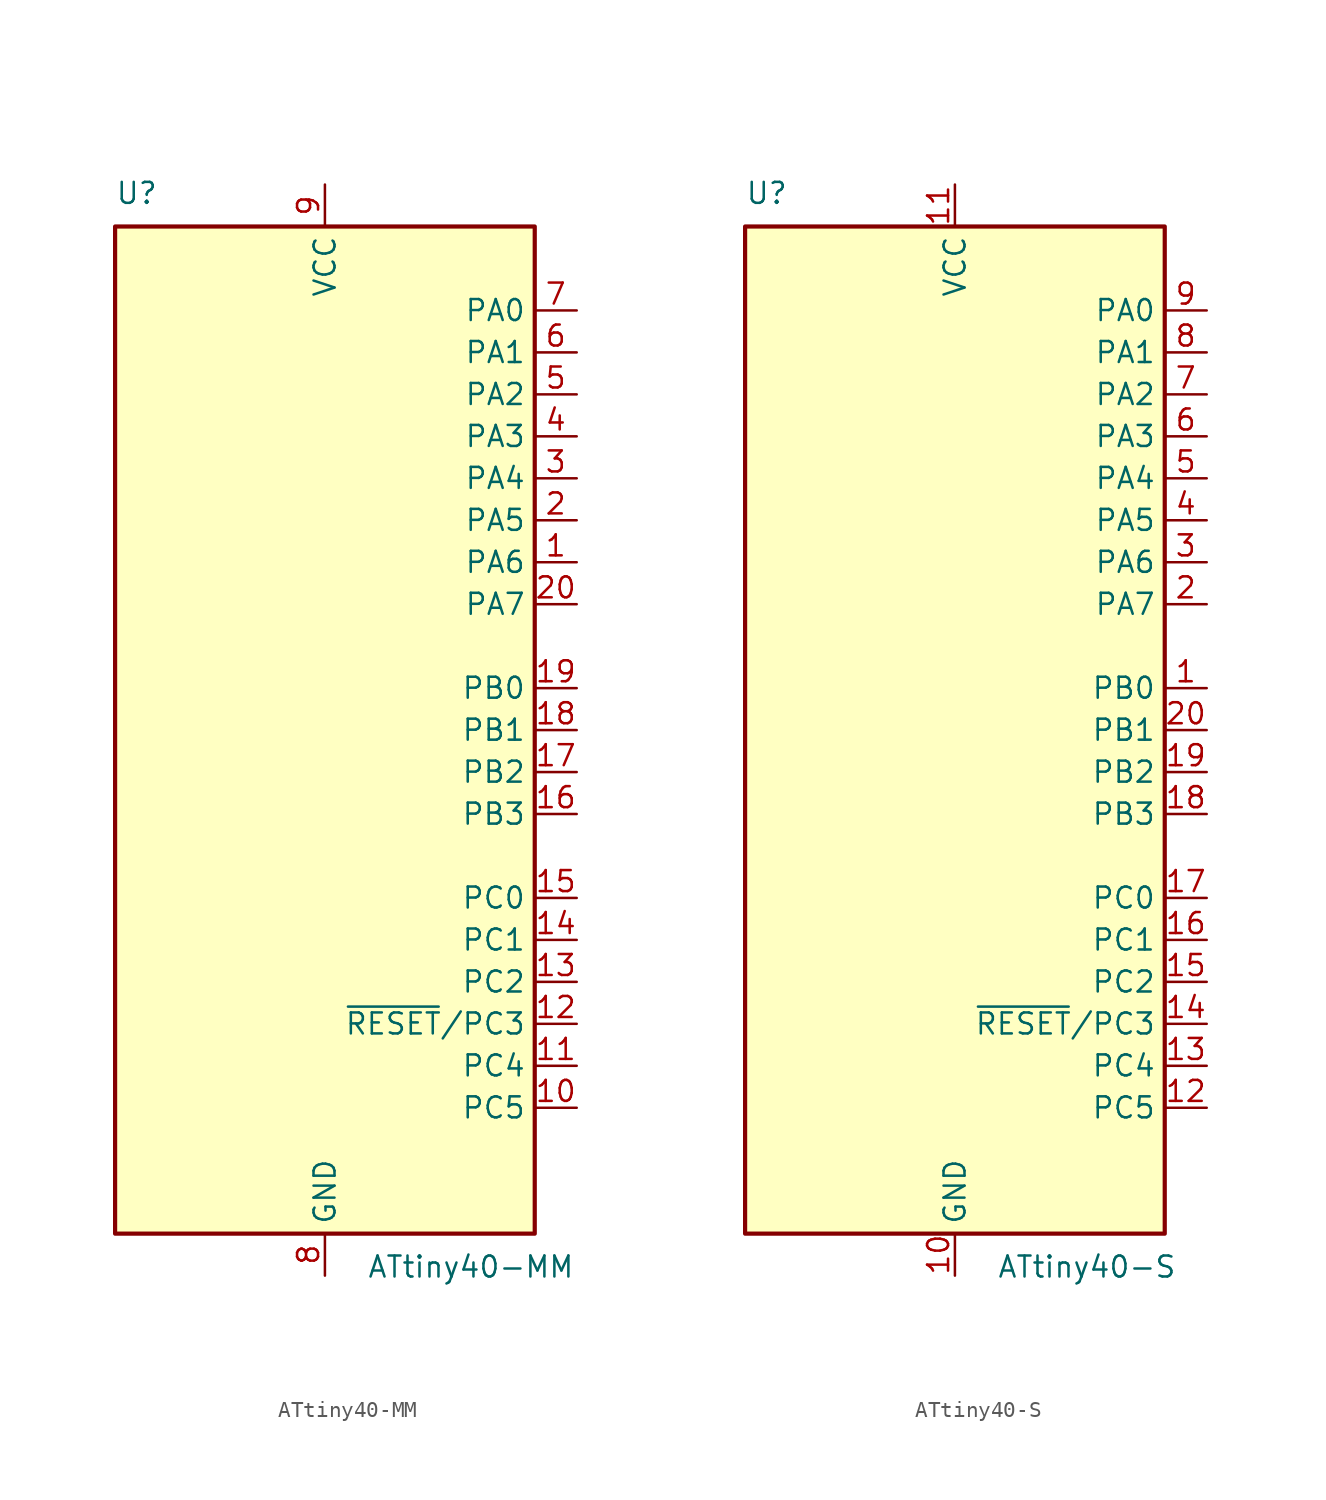
<source format=kicad_sym>
(kicad_symbol_lib
  (version 20211014)
  (generator kicad_symbol_editor)
  (symbol "ATtiny40-MM"
    (property "Reference" "U"
      (at -12.7 31.75 0)
      (effects (font (size 1.27 1.27)) (justify left bottom)))
    (property "Value" "ATtiny40-MM"
      (at 2.54 -31.75 0)
      (effects (font (size 1.27 1.27)) (justify left top)))
    (symbol "ATtiny40-MM_0_1"
      (rectangle (start -12.7 -30.48) (end 12.7 30.48) (stroke (width 0.254) (type default) (color 0 0 0 0)) (fill (type background))))
    (symbol "ATtiny40-MM_1_1"
      (pin bidirectional line (at 15.24 10.16 180) (length 2.54) (name "PA6" (effects (font (size 1.27 1.27)))) (number "1" (effects (font (size 1.27 1.27)))))
      (pin bidirectional line (at 15.24 -22.86 180) (length 2.54) (name "PC5" (effects (font (size 1.27 1.27)))) (number "10" (effects (font (size 1.27 1.27)))))
      (pin bidirectional line (at 15.24 -20.32 180) (length 2.54) (name "PC4" (effects (font (size 1.27 1.27)))) (number "11" (effects (font (size 1.27 1.27)))))
      (pin bidirectional line (at 15.24 -17.78 180) (length 2.54) (name "~{RESET}/PC3" (effects (font (size 1.27 1.27)))) (number "12" (effects (font (size 1.27 1.27)))))
      (pin bidirectional line (at 15.24 -15.24 180) (length 2.54) (name "PC2" (effects (font (size 1.27 1.27)))) (number "13" (effects (font (size 1.27 1.27)))))
      (pin bidirectional line (at 15.24 -12.7 180) (length 2.54) (name "PC1" (effects (font (size 1.27 1.27)))) (number "14" (effects (font (size 1.27 1.27)))))
      (pin bidirectional line (at 15.24 -10.16 180) (length 2.54) (name "PC0" (effects (font (size 1.27 1.27)))) (number "15" (effects (font (size 1.27 1.27)))))
      (pin bidirectional line (at 15.24 -5.08 180) (length 2.54) (name "PB3" (effects (font (size 1.27 1.27)))) (number "16" (effects (font (size 1.27 1.27)))))
      (pin bidirectional line (at 15.24 -2.54 180) (length 2.54) (name "PB2" (effects (font (size 1.27 1.27)))) (number "17" (effects (font (size 1.27 1.27)))))
      (pin bidirectional line (at 15.24 0 180) (length 2.54) (name "PB1" (effects (font (size 1.27 1.27)))) (number "18" (effects (font (size 1.27 1.27)))))
      (pin bidirectional line (at 15.24 2.54 180) (length 2.54) (name "PB0" (effects (font (size 1.27 1.27)))) (number "19" (effects (font (size 1.27 1.27)))))
      (pin bidirectional line (at 15.24 12.7 180) (length 2.54) (name "PA5" (effects (font (size 1.27 1.27)))) (number "2" (effects (font (size 1.27 1.27)))))
      (pin bidirectional line (at 15.24 7.62 180) (length 2.54) (name "PA7" (effects (font (size 1.27 1.27)))) (number "20" (effects (font (size 1.27 1.27)))))
      (pin passive line (at 0 -33.02 90) (length 2.54) hide (name "GND" (effects (font (size 1.27 1.27)))) (number "21" (effects (font (size 1.27 1.27)))))
      (pin bidirectional line (at 15.24 15.24 180) (length 2.54) (name "PA4" (effects (font (size 1.27 1.27)))) (number "3" (effects (font (size 1.27 1.27)))))
      (pin bidirectional line (at 15.24 17.78 180) (length 2.54) (name "PA3" (effects (font (size 1.27 1.27)))) (number "4" (effects (font (size 1.27 1.27)))))
      (pin bidirectional line (at 15.24 20.32 180) (length 2.54) (name "PA2" (effects (font (size 1.27 1.27)))) (number "5" (effects (font (size 1.27 1.27)))))
      (pin bidirectional line (at 15.24 22.86 180) (length 2.54) (name "PA1" (effects (font (size 1.27 1.27)))) (number "6" (effects (font (size 1.27 1.27)))))
      (pin bidirectional line (at 15.24 25.4 180) (length 2.54) (name "PA0" (effects (font (size 1.27 1.27)))) (number "7" (effects (font (size 1.27 1.27)))))
      (pin power_in line (at 0 -33.02 90) (length 2.54) (name "GND" (effects (font (size 1.27 1.27)))) (number "8" (effects (font (size 1.27 1.27)))))
      (pin power_in line (at 0 33.02 270) (length 2.54) (name "VCC" (effects (font (size 1.27 1.27)))) (number "9" (effects (font (size 1.27 1.27)))))))
  (symbol "ATtiny40-S"
    (property "Reference" "U"
      (at -12.7 31.75 0)
      (effects (font (size 1.27 1.27)) (justify left bottom)))
    (property "Value" "ATtiny40-S"
      (at 2.54 -31.75 0)
      (effects (font (size 1.27 1.27)) (justify left top)))
    (symbol "ATtiny40-S_0_1"
      (rectangle (start -12.7 -30.48) (end 12.7 30.48) (stroke (width 0.254) (type default) (color 0 0 0 0)) (fill (type background))))
    (symbol "ATtiny40-S_1_1"
      (pin bidirectional line (at 15.24 2.54 180) (length 2.54) (name "PB0" (effects (font (size 1.27 1.27)))) (number "1" (effects (font (size 1.27 1.27)))))
      (pin power_in line (at 0 -33.02 90) (length 2.54) (name "GND" (effects (font (size 1.27 1.27)))) (number "10" (effects (font (size 1.27 1.27)))))
      (pin power_in line (at 0 33.02 270) (length 2.54) (name "VCC" (effects (font (size 1.27 1.27)))) (number "11" (effects (font (size 1.27 1.27)))))
      (pin bidirectional line (at 15.24 -22.86 180) (length 2.54) (name "PC5" (effects (font (size 1.27 1.27)))) (number "12" (effects (font (size 1.27 1.27)))))
      (pin bidirectional line (at 15.24 -20.32 180) (length 2.54) (name "PC4" (effects (font (size 1.27 1.27)))) (number "13" (effects (font (size 1.27 1.27)))))
      (pin bidirectional line (at 15.24 -17.78 180) (length 2.54) (name "~{RESET}/PC3" (effects (font (size 1.27 1.27)))) (number "14" (effects (font (size 1.27 1.27)))))
      (pin bidirectional line (at 15.24 -15.24 180) (length 2.54) (name "PC2" (effects (font (size 1.27 1.27)))) (number "15" (effects (font (size 1.27 1.27)))))
      (pin bidirectional line (at 15.24 -12.7 180) (length 2.54) (name "PC1" (effects (font (size 1.27 1.27)))) (number "16" (effects (font (size 1.27 1.27)))))
      (pin bidirectional line (at 15.24 -10.16 180) (length 2.54) (name "PC0" (effects (font (size 1.27 1.27)))) (number "17" (effects (font (size 1.27 1.27)))))
      (pin bidirectional line (at 15.24 -5.08 180) (length 2.54) (name "PB3" (effects (font (size 1.27 1.27)))) (number "18" (effects (font (size 1.27 1.27)))))
      (pin bidirectional line (at 15.24 -2.54 180) (length 2.54) (name "PB2" (effects (font (size 1.27 1.27)))) (number "19" (effects (font (size 1.27 1.27)))))
      (pin bidirectional line (at 15.24 7.62 180) (length 2.54) (name "PA7" (effects (font (size 1.27 1.27)))) (number "2" (effects (font (size 1.27 1.27)))))
      (pin bidirectional line (at 15.24 0 180) (length 2.54) (name "PB1" (effects (font (size 1.27 1.27)))) (number "20" (effects (font (size 1.27 1.27)))))
      (pin bidirectional line (at 15.24 10.16 180) (length 2.54) (name "PA6" (effects (font (size 1.27 1.27)))) (number "3" (effects (font (size 1.27 1.27)))))
      (pin bidirectional line (at 15.24 12.7 180) (length 2.54) (name "PA5" (effects (font (size 1.27 1.27)))) (number "4" (effects (font (size 1.27 1.27)))))
      (pin bidirectional line (at 15.24 15.24 180) (length 2.54) (name "PA4" (effects (font (size 1.27 1.27)))) (number "5" (effects (font (size 1.27 1.27)))))
      (pin bidirectional line (at 15.24 17.78 180) (length 2.54) (name "PA3" (effects (font (size 1.27 1.27)))) (number "6" (effects (font (size 1.27 1.27)))))
      (pin bidirectional line (at 15.24 20.32 180) (length 2.54) (name "PA2" (effects (font (size 1.27 1.27)))) (number "7" (effects (font (size 1.27 1.27)))))
      (pin bidirectional line (at 15.24 22.86 180) (length 2.54) (name "PA1" (effects (font (size 1.27 1.27)))) (number "8" (effects (font (size 1.27 1.27)))))
      (pin bidirectional line (at 15.24 25.4 180) (length 2.54) (name "PA0" (effects (font (size 1.27 1.27)))) (number "9" (effects (font (size 1.27 1.27))))))))
</source>
